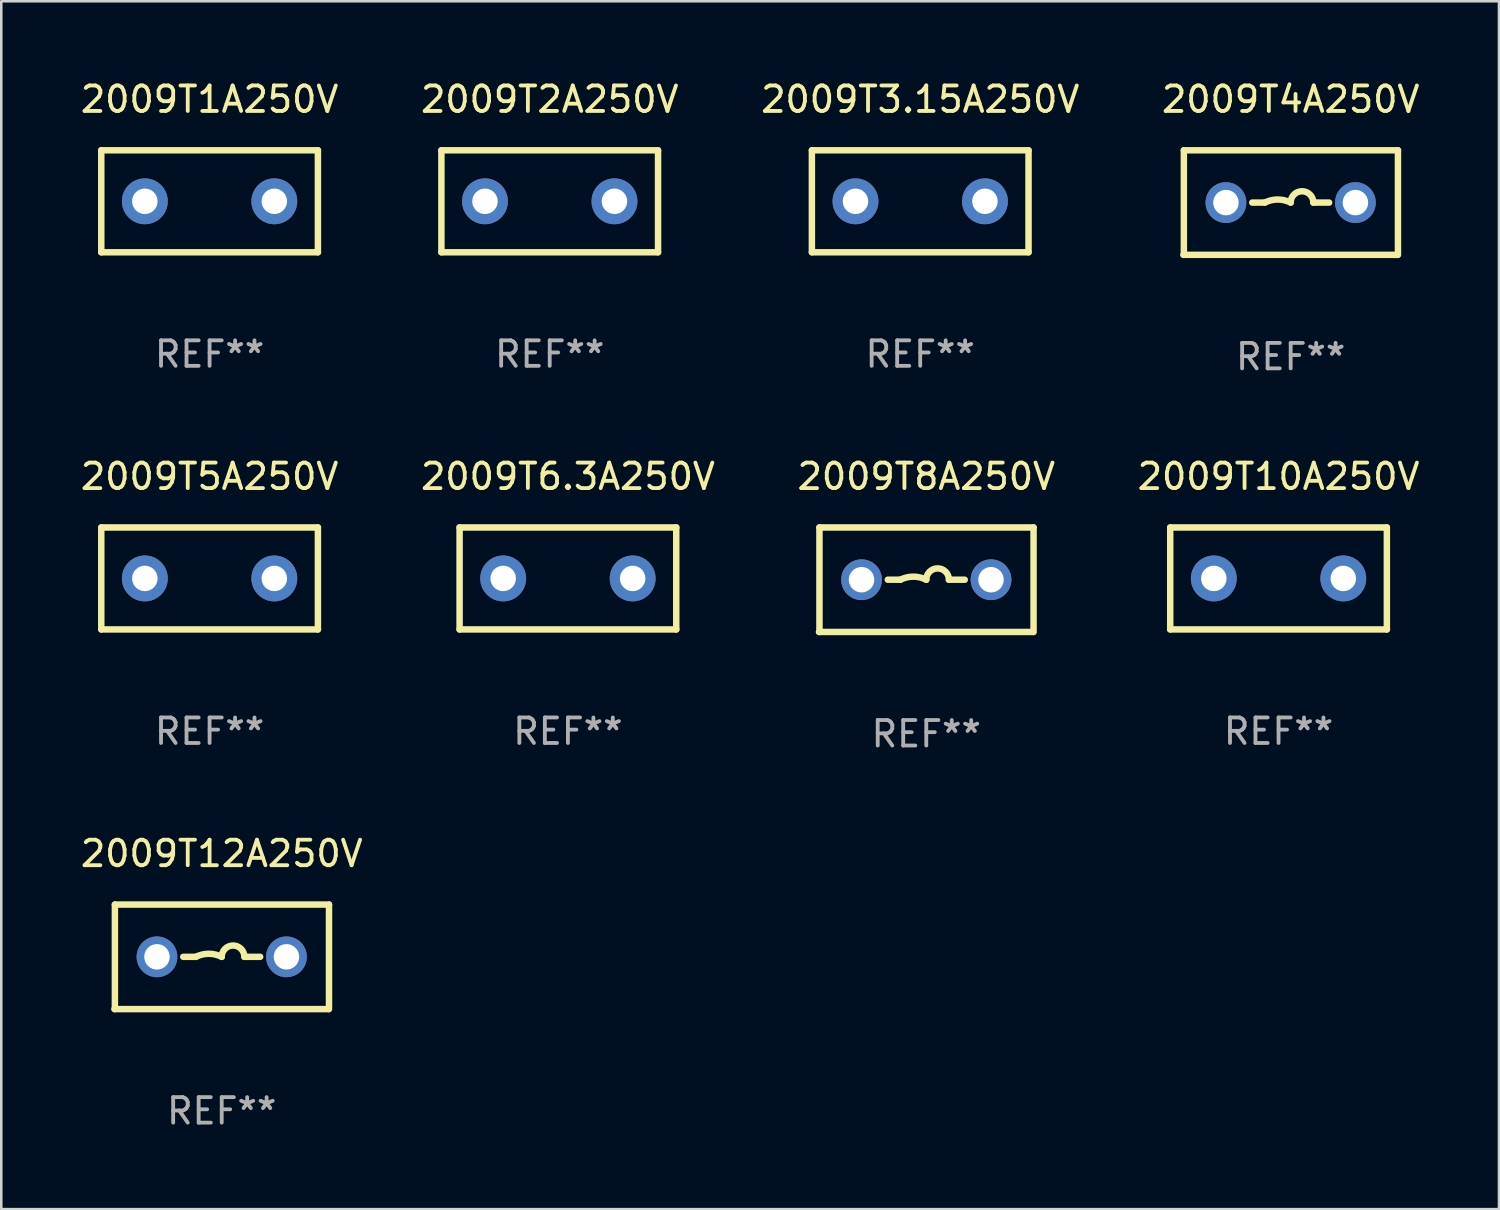
<source format=kicad_pcb>
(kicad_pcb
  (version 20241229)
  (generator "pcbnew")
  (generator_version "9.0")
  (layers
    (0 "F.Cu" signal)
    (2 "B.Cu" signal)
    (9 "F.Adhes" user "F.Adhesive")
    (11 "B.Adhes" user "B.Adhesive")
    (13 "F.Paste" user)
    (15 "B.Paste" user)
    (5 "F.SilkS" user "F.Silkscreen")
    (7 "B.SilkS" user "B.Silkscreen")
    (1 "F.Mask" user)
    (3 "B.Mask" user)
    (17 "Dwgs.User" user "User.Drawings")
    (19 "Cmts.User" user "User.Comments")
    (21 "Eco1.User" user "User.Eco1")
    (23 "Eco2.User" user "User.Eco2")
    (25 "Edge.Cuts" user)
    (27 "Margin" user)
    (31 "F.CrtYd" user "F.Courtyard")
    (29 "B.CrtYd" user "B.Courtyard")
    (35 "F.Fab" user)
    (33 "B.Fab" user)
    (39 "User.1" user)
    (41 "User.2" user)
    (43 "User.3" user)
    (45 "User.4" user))
  (footprint "2009T1A250V"
    (layer "F.Cu")
    (at 5.173 4.848)
    (property "Reference" "2009T1A250V" (at 0 -4 0) (layer "F.SilkS") (effects (font (size 1 1) (thickness 0.15))))
    (attr through_hole)
    (fp_line (start -4.25 2) (end -4.25 -2) (stroke (width 0.254) (type solid)) (layer "F.SilkS"))
    (fp_line (start -4.25 -2) (end 4.25 -2) (stroke (width 0.254) (type solid)) (layer "F.SilkS"))
    (fp_line (start 4.25 2) (end -4.25 2) (stroke (width 0.254) (type solid)) (layer "F.SilkS"))
    (fp_line (start 4.25 -2) (end 4.25 2) (stroke (width 0.254) (type solid)) (layer "F.SilkS"))
    (fp_circle (center -4.25 2) (end -4.22 2) (stroke (width 0.06) (type solid)) (fill no) (layer "F.SilkS"))
    (fp_text user "REF**" (at 0 6 0) (layer "F.Fab") (effects (font (size 1 1) (thickness 0.15))))
    (pad "1" thru_hole circle (at -2.54 0) (size 1.8 1.8) (drill 1) (layers "*.Cu" "*.Mask"))
    (pad "2" thru_hole circle (at 2.54 0) (size 1.8 1.8) (drill 1) (layers "*.Cu" "*.Mask")))
  (footprint "2009T12A250V"
    (layer "F.Cu")
    (at 5.649 34.491)
    (property "Reference" "2009T12A250V" (at 0 -4.05 0) (layer "F.SilkS") (effects (font (size 1 1) (thickness 0.15))))
    (attr through_hole)
    (fp_line (start -4.191 -2.05) (end -4.191 2.05) (stroke (width 0.254) (type solid)) (layer "F.SilkS"))
    (fp_line (start -4.191 -2.05) (end 4.209 -2.05) (stroke (width 0.254) (type solid)) (layer "F.SilkS"))
    (fp_line (start -1.509 0) (end -1.016 0) (stroke (width 0.254) (type solid)) (layer "F.SilkS"))
    (fp_line (start 1.509 0) (end 0.889 0) (stroke (width 0.254) (type solid)) (layer "F.SilkS"))
    (fp_line (start 4.191 2.05) (end -4.209 2.05) (stroke (width 0.254) (type solid)) (layer "F.SilkS"))
    (fp_line (start 4.209 -2.05) (end 4.209 2.05) (stroke (width 0.254) (type solid)) (layer "F.SilkS"))
    (fp_arc (start -1.016002 0) (mid -0.508001 -0.119923) (end 0 0) (stroke (width 0.254001) (type solid)) (layer "F.SilkS"))
    (fp_arc (start 0 0) (mid 0.444501 -0.444501) (end 0.889002 0) (stroke (width 0.254001) (type solid)) (layer "F.SilkS"))
    (fp_circle (center -4.15 2.05) (end -4.12 2.05) (stroke (width 0.06) (type solid)) (fill no) (layer "F.SilkS"))
    (fp_text user "REF**" (at 0 6.05 0) (layer "F.Fab") (effects (font (size 1 1) (thickness 0.15))))
    (pad "1" thru_hole circle (at -2.54 0) (size 1.6 1.6) (drill 1) (layers "*.Cu" "*.Mask"))
    (pad "2" thru_hole circle (at 2.54 0) (size 1.6 1.6) (drill 1) (layers "*.Cu" "*.Mask")))
  (footprint "2009T6.3A250V"
    (layer "F.Cu")
    (at 19.232 19.645)
    (property "Reference" "2009T6.3A250V" (at 0 -4 0) (layer "F.SilkS") (effects (font (size 1 1) (thickness 0.15))))
    (attr through_hole)
    (fp_line (start -4.25 2) (end -4.25 -2) (stroke (width 0.254) (type solid)) (layer "F.SilkS"))
    (fp_line (start -4.25 -2) (end 4.25 -2) (stroke (width 0.254) (type solid)) (layer "F.SilkS"))
    (fp_line (start 4.25 2) (end -4.25 2) (stroke (width 0.254) (type solid)) (layer "F.SilkS"))
    (fp_line (start 4.25 -2) (end 4.25 2) (stroke (width 0.254) (type solid)) (layer "F.SilkS"))
    (fp_circle (center -4.25 2) (end -4.22 2) (stroke (width 0.06) (type solid)) (fill no) (layer "F.SilkS"))
    (fp_text user "REF**" (at 0 6 0) (layer "F.Fab") (effects (font (size 1 1) (thickness 0.15))))
    (pad "1" thru_hole circle (at -2.54 0) (size 1.8 1.8) (drill 1) (layers "*.Cu" "*.Mask"))
    (pad "2" thru_hole circle (at 2.54 0) (size 1.8 1.8) (drill 1) (layers "*.Cu" "*.Mask")))
  (footprint "2009T5A250V"
    (layer "F.Cu")
    (at 5.173 19.645)
    (property "Reference" "2009T5A250V" (at 0 -4 0) (layer "F.SilkS") (effects (font (size 1 1) (thickness 0.15))))
    (attr through_hole)
    (fp_line (start -4.25 2) (end -4.25 -2) (stroke (width 0.254) (type solid)) (layer "F.SilkS"))
    (fp_line (start -4.25 -2) (end 4.25 -2) (stroke (width 0.254) (type solid)) (layer "F.SilkS"))
    (fp_line (start 4.25 2) (end -4.25 2) (stroke (width 0.254) (type solid)) (layer "F.SilkS"))
    (fp_line (start 4.25 -2) (end 4.25 2) (stroke (width 0.254) (type solid)) (layer "F.SilkS"))
    (fp_circle (center -4.25 2) (end -4.22 2) (stroke (width 0.06) (type solid)) (fill no) (layer "F.SilkS"))
    (fp_text user "REF**" (at 0 6 0) (layer "F.Fab") (effects (font (size 1 1) (thickness 0.15))))
    (pad "1" thru_hole circle (at -2.54 0) (size 1.8 1.8) (drill 1) (layers "*.Cu" "*.Mask"))
    (pad "2" thru_hole circle (at 2.54 0) (size 1.8 1.8) (drill 1) (layers "*.Cu" "*.Mask")))
  (footprint "2009T2A250V"
    (layer "F.Cu")
    (at 18.518 4.848)
    (property "Reference" "2009T2A250V" (at 0 -4 0) (layer "F.SilkS") (effects (font (size 1 1) (thickness 0.15))))
    (attr through_hole)
    (fp_line (start -4.25 2) (end -4.25 -2) (stroke (width 0.254) (type solid)) (layer "F.SilkS"))
    (fp_line (start -4.25 -2) (end 4.25 -2) (stroke (width 0.254) (type solid)) (layer "F.SilkS"))
    (fp_line (start 4.25 2) (end -4.25 2) (stroke (width 0.254) (type solid)) (layer "F.SilkS"))
    (fp_line (start 4.25 -2) (end 4.25 2) (stroke (width 0.254) (type solid)) (layer "F.SilkS"))
    (fp_circle (center -4.25 2) (end -4.22 2) (stroke (width 0.06) (type solid)) (fill no) (layer "F.SilkS"))
    (fp_text user "REF**" (at 0 6 0) (layer "F.Fab") (effects (font (size 1 1) (thickness 0.15))))
    (pad "1" thru_hole circle (at -2.54 0) (size 1.8 1.8) (drill 1) (layers "*.Cu" "*.Mask"))
    (pad "2" thru_hole circle (at 2.54 0) (size 1.8 1.8) (drill 1) (layers "*.Cu" "*.Mask")))
  (footprint "2009T3.15A250V"
    (layer "F.Cu")
    (at 33.054 4.848)
    (property "Reference" "2009T3.15A250V" (at 0 -4 0) (layer "F.SilkS") (effects (font (size 1 1) (thickness 0.15))))
    (attr through_hole)
    (fp_line (start -4.25 2) (end -4.25 -2) (stroke (width 0.254) (type solid)) (layer "F.SilkS"))
    (fp_line (start -4.25 -2) (end 4.25 -2) (stroke (width 0.254) (type solid)) (layer "F.SilkS"))
    (fp_line (start 4.25 2) (end -4.25 2) (stroke (width 0.254) (type solid)) (layer "F.SilkS"))
    (fp_line (start 4.25 -2) (end 4.25 2) (stroke (width 0.254) (type solid)) (layer "F.SilkS"))
    (fp_circle (center -4.25 2) (end -4.22 2) (stroke (width 0.06) (type solid)) (fill no) (layer "F.SilkS"))
    (fp_text user "REF**" (at 0 6 0) (layer "F.Fab") (effects (font (size 1 1) (thickness 0.15))))
    (pad "1" thru_hole circle (at -2.54 0) (size 1.8 1.8) (drill 1) (layers "*.Cu" "*.Mask"))
    (pad "2" thru_hole circle (at 2.54 0) (size 1.8 1.8) (drill 1) (layers "*.Cu" "*.Mask")))
  (footprint "2009T10A250V"
    (layer "F.Cu")
    (at 47.113 19.645)
    (property "Reference" "2009T10A250V" (at 0 -4 0) (layer "F.SilkS") (effects (font (size 1 1) (thickness 0.15))))
    (attr through_hole)
    (fp_line (start -4.25 2) (end -4.25 -2) (stroke (width 0.254) (type solid)) (layer "F.SilkS"))
    (fp_line (start -4.25 -2) (end 4.25 -2) (stroke (width 0.254) (type solid)) (layer "F.SilkS"))
    (fp_line (start 4.25 2) (end -4.25 2) (stroke (width 0.254) (type solid)) (layer "F.SilkS"))
    (fp_line (start 4.25 -2) (end 4.25 2) (stroke (width 0.254) (type solid)) (layer "F.SilkS"))
    (fp_circle (center -4.25 2) (end -4.22 2) (stroke (width 0.06) (type solid)) (fill no) (layer "F.SilkS"))
    (fp_text user "REF**" (at 0 6 0) (layer "F.Fab") (effects (font (size 1 1) (thickness 0.15))))
    (pad "1" thru_hole circle (at -2.54 0) (size 1.8 1.8) (drill 1) (layers "*.Cu" "*.Mask"))
    (pad "2" thru_hole circle (at 2.54 0) (size 1.8 1.8) (drill 1) (layers "*.Cu" "*.Mask")))
  (footprint "2009T4A250V"
    (layer "F.Cu")
    (at 47.589 4.898)
    (property "Reference" "2009T4A250V" (at 0 -4.05 0) (layer "F.SilkS") (effects (font (size 1 1) (thickness 0.15))))
    (attr through_hole)
    (fp_line (start -4.191 -2.05) (end -4.191 2.05) (stroke (width 0.254) (type solid)) (layer "F.SilkS"))
    (fp_line (start -4.191 -2.05) (end 4.209 -2.05) (stroke (width 0.254) (type solid)) (layer "F.SilkS"))
    (fp_line (start -1.509 0) (end -1.016 0) (stroke (width 0.254) (type solid)) (layer "F.SilkS"))
    (fp_line (start 1.509 0) (end 0.889 0) (stroke (width 0.254) (type solid)) (layer "F.SilkS"))
    (fp_line (start 4.191 2.05) (end -4.209 2.05) (stroke (width 0.254) (type solid)) (layer "F.SilkS"))
    (fp_line (start 4.209 -2.05) (end 4.209 2.05) (stroke (width 0.254) (type solid)) (layer "F.SilkS"))
    (fp_arc (start -1.016002 0) (mid -0.508001 -0.119923) (end 0 0) (stroke (width 0.254001) (type solid)) (layer "F.SilkS"))
    (fp_arc (start 0 0) (mid 0.444501 -0.444501) (end 0.889002 0) (stroke (width 0.254001) (type solid)) (layer "F.SilkS"))
    (fp_circle (center -4.15 2.05) (end -4.12 2.05) (stroke (width 0.06) (type solid)) (fill no) (layer "F.SilkS"))
    (fp_text user "REF**" (at 0 6.05 0) (layer "F.Fab") (effects (font (size 1 1) (thickness 0.15))))
    (pad "1" thru_hole circle (at -2.54 0) (size 1.6 1.6) (drill 1) (layers "*.Cu" "*.Mask"))
    (pad "2" thru_hole circle (at 2.54 0) (size 1.6 1.6) (drill 1) (layers "*.Cu" "*.Mask")))
  (footprint "2009T8A250V"
    (layer "F.Cu")
    (at 33.292 19.695)
    (property "Reference" "2009T8A250V" (at 0 -4.05 0) (layer "F.SilkS") (effects (font (size 1 1) (thickness 0.15))))
    (attr through_hole)
    (fp_line (start -4.191 -2.05) (end -4.191 2.05) (stroke (width 0.254) (type solid)) (layer "F.SilkS"))
    (fp_line (start -4.191 -2.05) (end 4.209 -2.05) (stroke (width 0.254) (type solid)) (layer "F.SilkS"))
    (fp_line (start -1.509 0) (end -1.016 0) (stroke (width 0.254) (type solid)) (layer "F.SilkS"))
    (fp_line (start 1.509 0) (end 0.889 0) (stroke (width 0.254) (type solid)) (layer "F.SilkS"))
    (fp_line (start 4.191 2.05) (end -4.209 2.05) (stroke (width 0.254) (type solid)) (layer "F.SilkS"))
    (fp_line (start 4.209 -2.05) (end 4.209 2.05) (stroke (width 0.254) (type solid)) (layer "F.SilkS"))
    (fp_arc (start -1.016002 0) (mid -0.508001 -0.119923) (end 0 0) (stroke (width 0.254001) (type solid)) (layer "F.SilkS"))
    (fp_arc (start 0 0) (mid 0.444501 -0.444501) (end 0.889002 0) (stroke (width 0.254001) (type solid)) (layer "F.SilkS"))
    (fp_circle (center -4.15 2.05) (end -4.12 2.05) (stroke (width 0.06) (type solid)) (fill no) (layer "F.SilkS"))
    (fp_text user "REF**" (at 0 6.05 0) (layer "F.Fab") (effects (font (size 1 1) (thickness 0.15))))
    (pad "1" thru_hole circle (at -2.54 0) (size 1.6 1.6) (drill 1) (layers "*.Cu" "*.Mask"))
    (pad "2" thru_hole circle (at 2.54 0) (size 1.6 1.6) (drill 1) (layers "*.Cu" "*.Mask")))
  (gr_rect
    (start -3 -3)
    (end 55.762 44.39)
    (stroke (width 0.1) (type default))
    (fill no)
    (layer "Edge.Cuts")))
</source>
